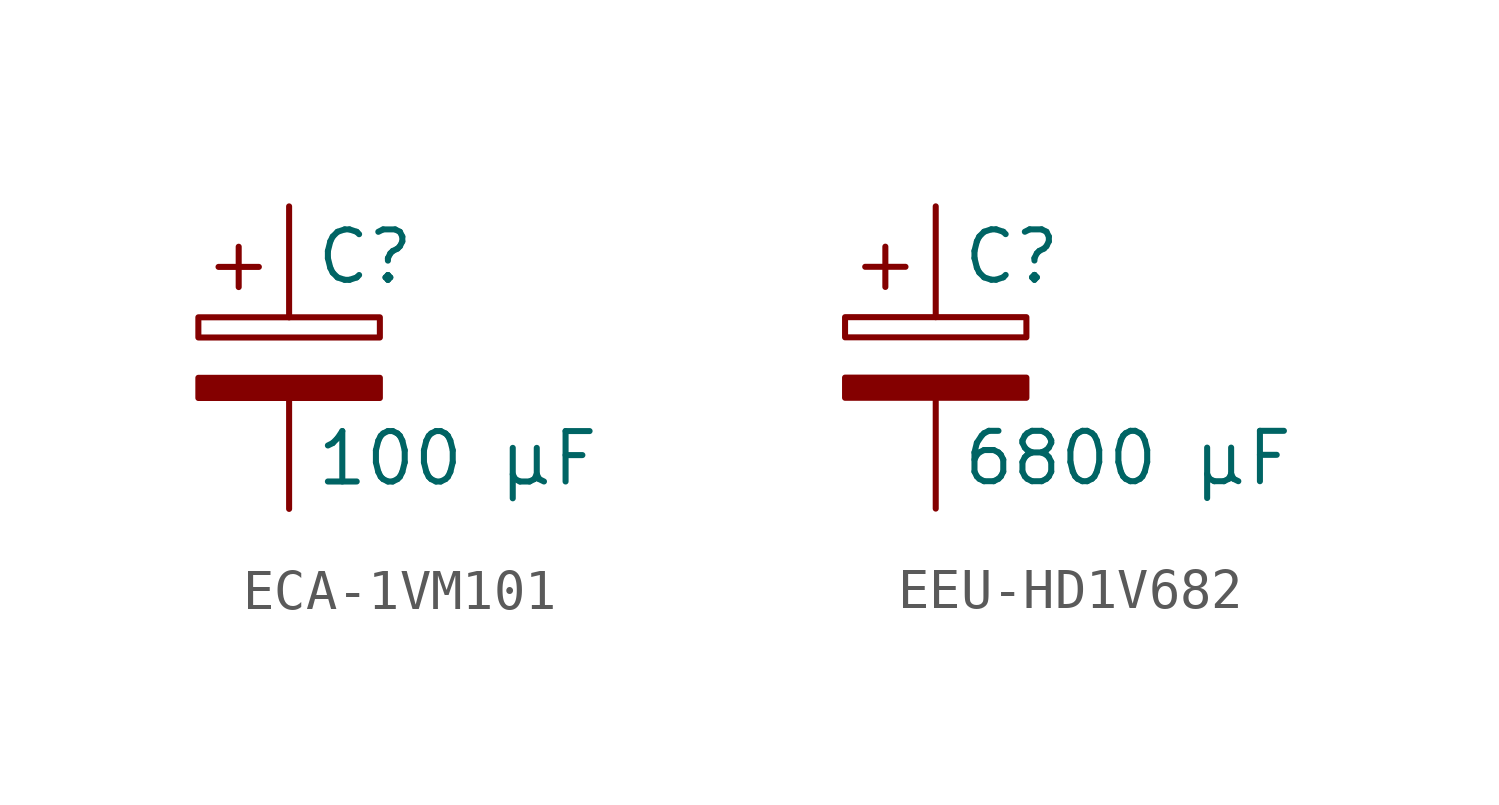
<source format=kicad_sym>
(kicad_symbol_lib
  (version 20241209)
  (generator "kicad_symbol_editor")
  (generator_version "9.0")
  (symbol "ECA-1VM101"
    (pin_numbers
      (hide yes))
    (pin_names
      (offset 0.254))
    (property "Reference" "C"
      (at 0.635 2.54 0)
      (effects (font (size 1.27 1.27)) (justify left)))
    (property "Value" "100 µF"
      (at 0.635 -2.54 0)
      (effects (font (size 1.27 1.27)) (justify left)))
    (symbol "ECA-1VM101_0_1"
      (rectangle (start -2.286 0.508) (end 2.286 1.016) (stroke (width 0) (type default)) (fill (type none)))
      (polyline (pts (xy -1.778 2.286) (xy -0.762 2.286)) (stroke (width 0) (type default)) (fill (type none)))
      (polyline (pts (xy -1.27 2.794) (xy -1.27 1.778)) (stroke (width 0) (type default)) (fill (type none)))
      (rectangle (start 2.286 -0.508) (end -2.286 -1.016) (stroke (width 0) (type default)) (fill (type outline))))
    (symbol "ECA-1VM101_1_1"
      (pin passive line (at 0 3.81 270) (length 2.794) (name "~" (effects (font (size 1.27 1.27)))) (number "1" (effects (font (size 1.27 1.27)))))
      (pin passive line (at 0 -3.81 90) (length 2.794) (name "~" (effects (font (size 1.27 1.27)))) (number "2" (effects (font (size 1.27 1.27)))))))
  (symbol "EEU-HD1V682"
    (pin_numbers
      (hide yes))
    (pin_names
      (offset 0.254))
    (property "Reference" "C"
      (at 0.635 2.54 0)
      (effects (font (size 1.27 1.27)) (justify left)))
    (property "Value" "6800 µF"
      (at 0.635 -2.54 0)
      (effects (font (size 1.27 1.27)) (justify left)))
    (symbol "EEU-HD1V682_0_1"
      (rectangle (start -2.286 0.508) (end 2.286 1.016) (stroke (width 0) (type default)) (fill (type none)))
      (polyline (pts (xy -1.778 2.286) (xy -0.762 2.286)) (stroke (width 0) (type default)) (fill (type none)))
      (polyline (pts (xy -1.27 2.794) (xy -1.27 1.778)) (stroke (width 0) (type default)) (fill (type none)))
      (rectangle (start 2.286 -0.508) (end -2.286 -1.016) (stroke (width 0) (type default)) (fill (type outline))))
    (symbol "EEU-HD1V682_1_1"
      (pin passive line (at 0 3.81 270) (length 2.794) (name "~" (effects (font (size 1.27 1.27)))) (number "1" (effects (font (size 1.27 1.27)))))
      (pin passive line (at 0 -3.81 90) (length 2.794) (name "~" (effects (font (size 1.27 1.27)))) (number "2" (effects (font (size 1.27 1.27))))))))
</source>
